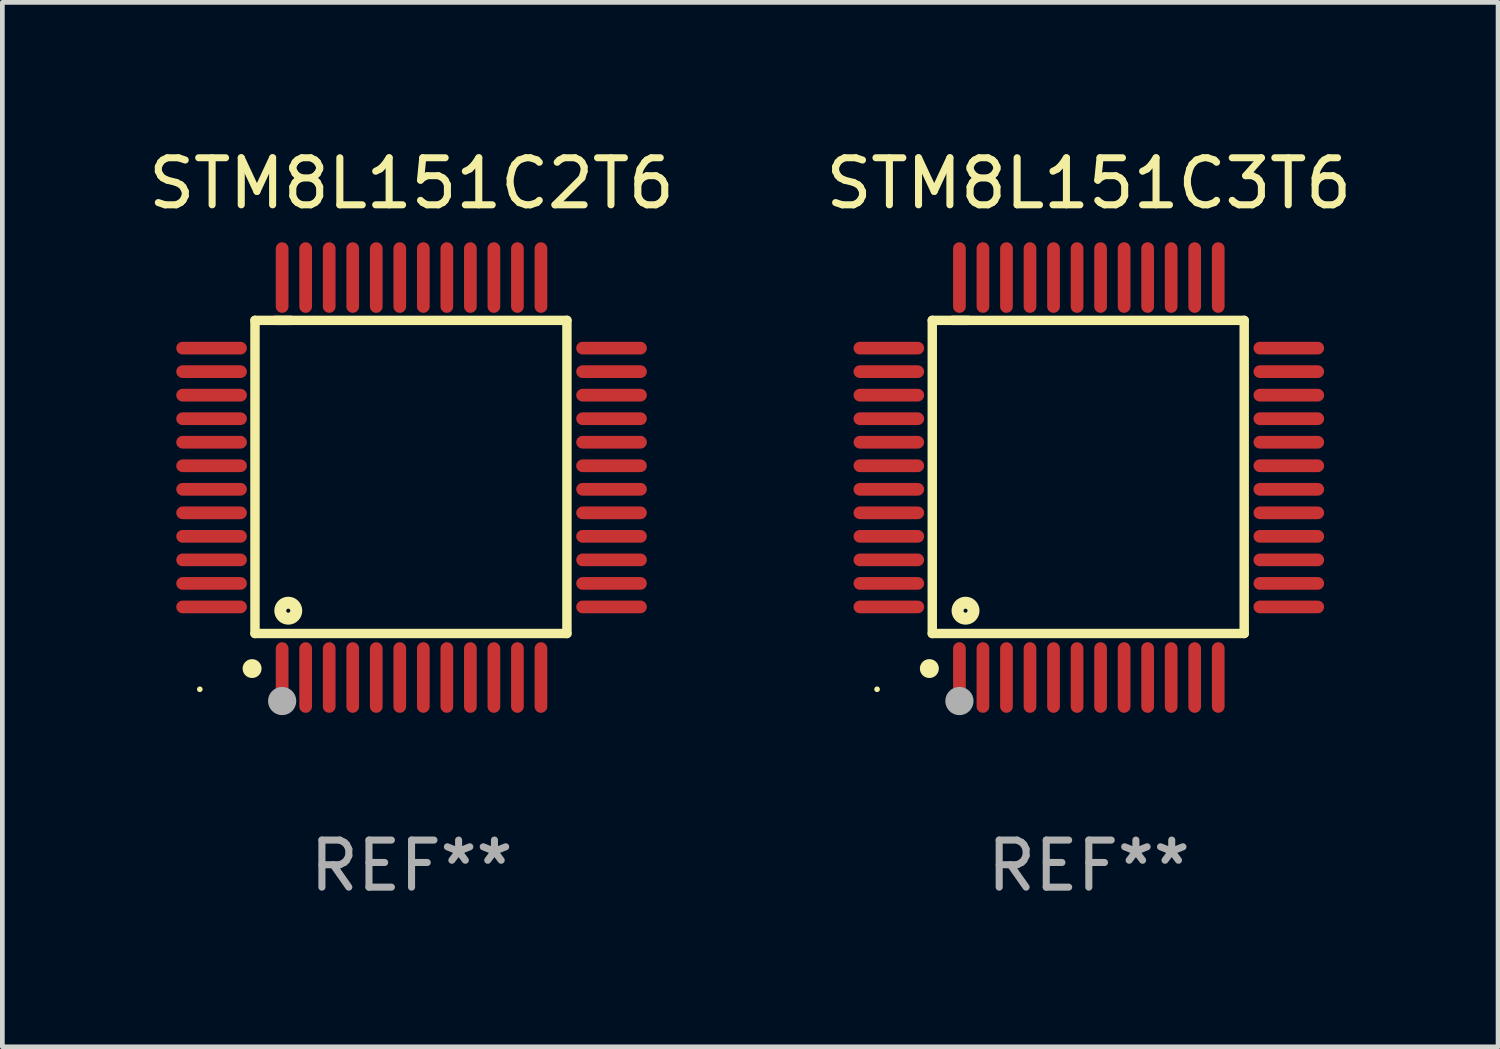
<source format=kicad_pcb>
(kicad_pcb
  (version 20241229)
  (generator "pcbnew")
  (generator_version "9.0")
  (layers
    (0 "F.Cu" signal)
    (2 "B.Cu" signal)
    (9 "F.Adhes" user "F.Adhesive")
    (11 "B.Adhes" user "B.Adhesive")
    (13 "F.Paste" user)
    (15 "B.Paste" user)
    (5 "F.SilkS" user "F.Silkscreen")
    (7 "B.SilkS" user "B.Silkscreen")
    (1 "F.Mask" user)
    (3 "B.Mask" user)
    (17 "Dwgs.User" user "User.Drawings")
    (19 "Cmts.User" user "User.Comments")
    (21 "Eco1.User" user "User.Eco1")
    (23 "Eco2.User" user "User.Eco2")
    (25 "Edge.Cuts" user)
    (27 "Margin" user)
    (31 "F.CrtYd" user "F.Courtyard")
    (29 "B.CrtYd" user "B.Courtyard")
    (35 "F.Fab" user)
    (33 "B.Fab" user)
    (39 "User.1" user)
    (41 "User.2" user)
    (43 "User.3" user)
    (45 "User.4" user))
  (footprint "STM8L151C2T6"
    (layer "F.Cu")
    (at 5.696 7.098)
    (property "Reference" "STM8L151C2T6" (at 0 -6.25 0) (layer "F.SilkS") (effects (font (size 1 1) (thickness 0.15))))
    (attr through_hole)
    (fp_line (start -3.327 -3.34) (end -2.565 -3.34) (stroke (width 0.2) (type solid)) (layer "F.SilkS"))
    (fp_line (start -3.327 3.315) (end -3.327 -3.34) (stroke (width 0.2) (type solid)) (layer "F.SilkS"))
    (fp_line (start -2.896 -3.34) (end 3.302 -3.34) (stroke (width 0.2) (type solid)) (layer "F.SilkS"))
    (fp_line (start 3.302 -3.34) (end 3.302 3.315) (stroke (width 0.2) (type solid)) (layer "F.SilkS"))
    (fp_line (start 3.302 3.315) (end -3.327 3.315) (stroke (width 0.2) (type solid)) (layer "F.SilkS"))
    (fp_arc (start -3.389992 4.059995) (mid -3.388722 4.059991) (end -3.387452 4.059995) (stroke (width 0.4) (type solid)) (layer "F.SilkS"))
    (fp_circle (center -4.5 4.5) (end -4.47 4.5) (stroke (width 0.06) (type solid)) (fill no) (layer "F.SilkS"))
    (fp_circle (center -2.62 2.83) (end -2.45 2.83) (stroke (width 0.254) (type solid)) (fill no) (layer "F.SilkS"))
    (fp_circle (center -2.75 4.75) (end -2.6 4.75) (stroke (width 0.3) (type solid)) (fill no) (layer "F.Fab"))
    (fp_text user "REF**" (at 0 8.25 0) (layer "F.Fab") (effects (font (size 1 1) (thickness 0.15))))
    (pad "1" smd oval (at -2.75 4.25) (size 0.27 1.5) (layers "F.Cu" "F.Mask" "F.Paste"))
    (pad "2" smd oval (at -2.25 4.25) (size 0.27 1.5) (layers "F.Cu" "F.Mask" "F.Paste"))
    (pad "3" smd oval (at -1.75 4.25) (size 0.27 1.5) (layers "F.Cu" "F.Mask" "F.Paste"))
    (pad "4" smd oval (at -1.25 4.25) (size 0.27 1.5) (layers "F.Cu" "F.Mask" "F.Paste"))
    (pad "5" smd oval (at -0.75 4.25) (size 0.27 1.5) (layers "F.Cu" "F.Mask" "F.Paste"))
    (pad "6" smd oval (at -0.25 4.25) (size 0.27 1.5) (layers "F.Cu" "F.Mask" "F.Paste"))
    (pad "7" smd oval (at 0.25 4.25) (size 0.27 1.5) (layers "F.Cu" "F.Mask" "F.Paste"))
    (pad "8" smd oval (at 0.75 4.25) (size 0.27 1.5) (layers "F.Cu" "F.Mask" "F.Paste"))
    (pad "9" smd oval (at 1.25 4.25) (size 0.27 1.5) (layers "F.Cu" "F.Mask" "F.Paste"))
    (pad "10" smd oval (at 1.75 4.25) (size 0.27 1.5) (layers "F.Cu" "F.Mask" "F.Paste"))
    (pad "11" smd oval (at 2.25 4.25) (size 0.27 1.5) (layers "F.Cu" "F.Mask" "F.Paste"))
    (pad "12" smd oval (at 2.75 4.25) (size 0.27 1.5) (layers "F.Cu" "F.Mask" "F.Paste"))
    (pad "13" smd oval (at 4.25 2.75) (size 1.5 0.27) (layers "F.Cu" "F.Mask" "F.Paste"))
    (pad "14" smd oval (at 4.25 2.25) (size 1.5 0.27) (layers "F.Cu" "F.Mask" "F.Paste"))
    (pad "15" smd oval (at 4.25 1.75) (size 1.5 0.27) (layers "F.Cu" "F.Mask" "F.Paste"))
    (pad "16" smd oval (at 4.25 1.25) (size 1.5 0.27) (layers "F.Cu" "F.Mask" "F.Paste"))
    (pad "17" smd oval (at 4.25 0.75) (size 1.5 0.27) (layers "F.Cu" "F.Mask" "F.Paste"))
    (pad "18" smd oval (at 4.25 0.25) (size 1.5 0.27) (layers "F.Cu" "F.Mask" "F.Paste"))
    (pad "19" smd oval (at 4.25 -0.25) (size 1.5 0.27) (layers "F.Cu" "F.Mask" "F.Paste"))
    (pad "20" smd oval (at 4.25 -0.75) (size 1.5 0.27) (layers "F.Cu" "F.Mask" "F.Paste"))
    (pad "21" smd oval (at 4.25 -1.25) (size 1.5 0.27) (layers "F.Cu" "F.Mask" "F.Paste"))
    (pad "22" smd oval (at 4.25 -1.75) (size 1.5 0.27) (layers "F.Cu" "F.Mask" "F.Paste"))
    (pad "23" smd oval (at 4.25 -2.25) (size 1.5 0.27) (layers "F.Cu" "F.Mask" "F.Paste"))
    (pad "24" smd oval (at 4.25 -2.75) (size 1.5 0.27) (layers "F.Cu" "F.Mask" "F.Paste"))
    (pad "25" smd oval (at 2.75 -4.25) (size 0.27 1.5) (layers "F.Cu" "F.Mask" "F.Paste"))
    (pad "26" smd oval (at 2.25 -4.25) (size 0.27 1.5) (layers "F.Cu" "F.Mask" "F.Paste"))
    (pad "27" smd oval (at 1.75 -4.25) (size 0.27 1.5) (layers "F.Cu" "F.Mask" "F.Paste"))
    (pad "28" smd oval (at 1.25 -4.25) (size 0.27 1.5) (layers "F.Cu" "F.Mask" "F.Paste"))
    (pad "29" smd oval (at 0.75 -4.25) (size 0.27 1.5) (layers "F.Cu" "F.Mask" "F.Paste"))
    (pad "30" smd oval (at 0.25 -4.25) (size 0.27 1.5) (layers "F.Cu" "F.Mask" "F.Paste"))
    (pad "31" smd oval (at -0.25 -4.25) (size 0.27 1.5) (layers "F.Cu" "F.Mask" "F.Paste"))
    (pad "32" smd oval (at -0.75 -4.25) (size 0.27 1.5) (layers "F.Cu" "F.Mask" "F.Paste"))
    (pad "33" smd oval (at -1.25 -4.25) (size 0.27 1.5) (layers "F.Cu" "F.Mask" "F.Paste"))
    (pad "34" smd oval (at -1.75 -4.25) (size 0.27 1.5) (layers "F.Cu" "F.Mask" "F.Paste"))
    (pad "35" smd oval (at -2.25 -4.25) (size 0.27 1.5) (layers "F.Cu" "F.Mask" "F.Paste"))
    (pad "36" smd oval (at -2.75 -4.25) (size 0.27 1.5) (layers "F.Cu" "F.Mask" "F.Paste"))
    (pad "37" smd oval (at -4.25 -2.75) (size 1.5 0.27) (layers "F.Cu" "F.Mask" "F.Paste"))
    (pad "38" smd oval (at -4.25 -2.25) (size 1.5 0.27) (layers "F.Cu" "F.Mask" "F.Paste"))
    (pad "39" smd oval (at -4.25 -1.75) (size 1.5 0.27) (layers "F.Cu" "F.Mask" "F.Paste"))
    (pad "40" smd oval (at -4.25 -1.25) (size 1.5 0.27) (layers "F.Cu" "F.Mask" "F.Paste"))
    (pad "41" smd oval (at -4.25 -0.75) (size 1.5 0.27) (layers "F.Cu" "F.Mask" "F.Paste"))
    (pad "42" smd oval (at -4.25 -0.25) (size 1.5 0.27) (layers "F.Cu" "F.Mask" "F.Paste"))
    (pad "43" smd oval (at -4.25 0.25) (size 1.5 0.27) (layers "F.Cu" "F.Mask" "F.Paste"))
    (pad "44" smd oval (at -4.25 0.75) (size 1.5 0.27) (layers "F.Cu" "F.Mask" "F.Paste"))
    (pad "45" smd oval (at -4.25 1.25) (size 1.5 0.27) (layers "F.Cu" "F.Mask" "F.Paste"))
    (pad "46" smd oval (at -4.25 1.75) (size 1.5 0.27) (layers "F.Cu" "F.Mask" "F.Paste"))
    (pad "47" smd oval (at -4.25 2.25) (size 1.5 0.27) (layers "F.Cu" "F.Mask" "F.Paste"))
    (pad "48" smd oval (at -4.25 2.75) (size 1.5 0.27) (layers "F.Cu" "F.Mask" "F.Paste")))
  (footprint "STM8L151C3T6"
    (layer "F.Cu")
    (at 20.089 7.098)
    (property "Reference" "STM8L151C3T6" (at 0 -6.25 0) (layer "F.SilkS") (effects (font (size 1 1) (thickness 0.15))))
    (attr through_hole)
    (fp_line (start -3.327 -3.34) (end -2.565 -3.34) (stroke (width 0.2) (type solid)) (layer "F.SilkS"))
    (fp_line (start -3.327 3.315) (end -3.327 -3.34) (stroke (width 0.2) (type solid)) (layer "F.SilkS"))
    (fp_line (start -2.896 -3.34) (end 3.302 -3.34) (stroke (width 0.2) (type solid)) (layer "F.SilkS"))
    (fp_line (start 3.302 -3.34) (end 3.302 3.315) (stroke (width 0.2) (type solid)) (layer "F.SilkS"))
    (fp_line (start 3.302 3.315) (end -3.327 3.315) (stroke (width 0.2) (type solid)) (layer "F.SilkS"))
    (fp_arc (start -3.389992 4.059995) (mid -3.388722 4.059991) (end -3.387452 4.059995) (stroke (width 0.4) (type solid)) (layer "F.SilkS"))
    (fp_circle (center -4.5 4.5) (end -4.47 4.5) (stroke (width 0.06) (type solid)) (fill no) (layer "F.SilkS"))
    (fp_circle (center -2.62 2.83) (end -2.45 2.83) (stroke (width 0.254) (type solid)) (fill no) (layer "F.SilkS"))
    (fp_circle (center -2.75 4.75) (end -2.6 4.75) (stroke (width 0.3) (type solid)) (fill no) (layer "F.Fab"))
    (fp_text user "REF**" (at 0 8.25 0) (layer "F.Fab") (effects (font (size 1 1) (thickness 0.15))))
    (pad "1" smd oval (at -2.75 4.25) (size 0.27 1.5) (layers "F.Cu" "F.Mask" "F.Paste"))
    (pad "2" smd oval (at -2.25 4.25) (size 0.27 1.5) (layers "F.Cu" "F.Mask" "F.Paste"))
    (pad "3" smd oval (at -1.75 4.25) (size 0.27 1.5) (layers "F.Cu" "F.Mask" "F.Paste"))
    (pad "4" smd oval (at -1.25 4.25) (size 0.27 1.5) (layers "F.Cu" "F.Mask" "F.Paste"))
    (pad "5" smd oval (at -0.75 4.25) (size 0.27 1.5) (layers "F.Cu" "F.Mask" "F.Paste"))
    (pad "6" smd oval (at -0.25 4.25) (size 0.27 1.5) (layers "F.Cu" "F.Mask" "F.Paste"))
    (pad "7" smd oval (at 0.25 4.25) (size 0.27 1.5) (layers "F.Cu" "F.Mask" "F.Paste"))
    (pad "8" smd oval (at 0.75 4.25) (size 0.27 1.5) (layers "F.Cu" "F.Mask" "F.Paste"))
    (pad "9" smd oval (at 1.25 4.25) (size 0.27 1.5) (layers "F.Cu" "F.Mask" "F.Paste"))
    (pad "10" smd oval (at 1.75 4.25) (size 0.27 1.5) (layers "F.Cu" "F.Mask" "F.Paste"))
    (pad "11" smd oval (at 2.25 4.25) (size 0.27 1.5) (layers "F.Cu" "F.Mask" "F.Paste"))
    (pad "12" smd oval (at 2.75 4.25) (size 0.27 1.5) (layers "F.Cu" "F.Mask" "F.Paste"))
    (pad "13" smd oval (at 4.25 2.75) (size 1.5 0.27) (layers "F.Cu" "F.Mask" "F.Paste"))
    (pad "14" smd oval (at 4.25 2.25) (size 1.5 0.27) (layers "F.Cu" "F.Mask" "F.Paste"))
    (pad "15" smd oval (at 4.25 1.75) (size 1.5 0.27) (layers "F.Cu" "F.Mask" "F.Paste"))
    (pad "16" smd oval (at 4.25 1.25) (size 1.5 0.27) (layers "F.Cu" "F.Mask" "F.Paste"))
    (pad "17" smd oval (at 4.25 0.75) (size 1.5 0.27) (layers "F.Cu" "F.Mask" "F.Paste"))
    (pad "18" smd oval (at 4.25 0.25) (size 1.5 0.27) (layers "F.Cu" "F.Mask" "F.Paste"))
    (pad "19" smd oval (at 4.25 -0.25) (size 1.5 0.27) (layers "F.Cu" "F.Mask" "F.Paste"))
    (pad "20" smd oval (at 4.25 -0.75) (size 1.5 0.27) (layers "F.Cu" "F.Mask" "F.Paste"))
    (pad "21" smd oval (at 4.25 -1.25) (size 1.5 0.27) (layers "F.Cu" "F.Mask" "F.Paste"))
    (pad "22" smd oval (at 4.25 -1.75) (size 1.5 0.27) (layers "F.Cu" "F.Mask" "F.Paste"))
    (pad "23" smd oval (at 4.25 -2.25) (size 1.5 0.27) (layers "F.Cu" "F.Mask" "F.Paste"))
    (pad "24" smd oval (at 4.25 -2.75) (size 1.5 0.27) (layers "F.Cu" "F.Mask" "F.Paste"))
    (pad "25" smd oval (at 2.75 -4.25) (size 0.27 1.5) (layers "F.Cu" "F.Mask" "F.Paste"))
    (pad "26" smd oval (at 2.25 -4.25) (size 0.27 1.5) (layers "F.Cu" "F.Mask" "F.Paste"))
    (pad "27" smd oval (at 1.75 -4.25) (size 0.27 1.5) (layers "F.Cu" "F.Mask" "F.Paste"))
    (pad "28" smd oval (at 1.25 -4.25) (size 0.27 1.5) (layers "F.Cu" "F.Mask" "F.Paste"))
    (pad "29" smd oval (at 0.75 -4.25) (size 0.27 1.5) (layers "F.Cu" "F.Mask" "F.Paste"))
    (pad "30" smd oval (at 0.25 -4.25) (size 0.27 1.5) (layers "F.Cu" "F.Mask" "F.Paste"))
    (pad "31" smd oval (at -0.25 -4.25) (size 0.27 1.5) (layers "F.Cu" "F.Mask" "F.Paste"))
    (pad "32" smd oval (at -0.75 -4.25) (size 0.27 1.5) (layers "F.Cu" "F.Mask" "F.Paste"))
    (pad "33" smd oval (at -1.25 -4.25) (size 0.27 1.5) (layers "F.Cu" "F.Mask" "F.Paste"))
    (pad "34" smd oval (at -1.75 -4.25) (size 0.27 1.5) (layers "F.Cu" "F.Mask" "F.Paste"))
    (pad "35" smd oval (at -2.25 -4.25) (size 0.27 1.5) (layers "F.Cu" "F.Mask" "F.Paste"))
    (pad "36" smd oval (at -2.75 -4.25) (size 0.27 1.5) (layers "F.Cu" "F.Mask" "F.Paste"))
    (pad "37" smd oval (at -4.25 -2.75) (size 1.5 0.27) (layers "F.Cu" "F.Mask" "F.Paste"))
    (pad "38" smd oval (at -4.25 -2.25) (size 1.5 0.27) (layers "F.Cu" "F.Mask" "F.Paste"))
    (pad "39" smd oval (at -4.25 -1.75) (size 1.5 0.27) (layers "F.Cu" "F.Mask" "F.Paste"))
    (pad "40" smd oval (at -4.25 -1.25) (size 1.5 0.27) (layers "F.Cu" "F.Mask" "F.Paste"))
    (pad "41" smd oval (at -4.25 -0.75) (size 1.5 0.27) (layers "F.Cu" "F.Mask" "F.Paste"))
    (pad "42" smd oval (at -4.25 -0.25) (size 1.5 0.27) (layers "F.Cu" "F.Mask" "F.Paste"))
    (pad "43" smd oval (at -4.25 0.25) (size 1.5 0.27) (layers "F.Cu" "F.Mask" "F.Paste"))
    (pad "44" smd oval (at -4.25 0.75) (size 1.5 0.27) (layers "F.Cu" "F.Mask" "F.Paste"))
    (pad "45" smd oval (at -4.25 1.25) (size 1.5 0.27) (layers "F.Cu" "F.Mask" "F.Paste"))
    (pad "46" smd oval (at -4.25 1.75) (size 1.5 0.27) (layers "F.Cu" "F.Mask" "F.Paste"))
    (pad "47" smd oval (at -4.25 2.25) (size 1.5 0.27) (layers "F.Cu" "F.Mask" "F.Paste"))
    (pad "48" smd oval (at -4.25 2.75) (size 1.5 0.27) (layers "F.Cu" "F.Mask" "F.Paste")))
  (gr_rect
    (start -3 -3)
    (end 28.786 19.196)
    (stroke (width 0.1) (type default))
    (fill no)
    (layer "Edge.Cuts")))
</source>
